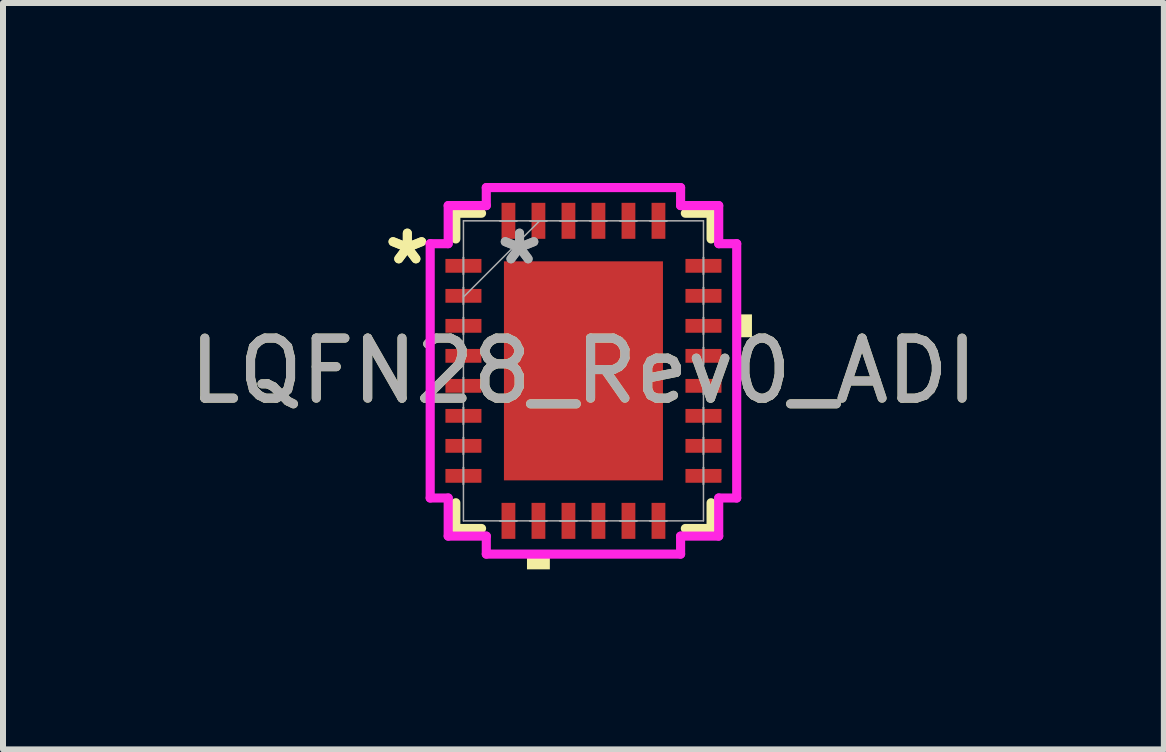
<source format=kicad_pcb>
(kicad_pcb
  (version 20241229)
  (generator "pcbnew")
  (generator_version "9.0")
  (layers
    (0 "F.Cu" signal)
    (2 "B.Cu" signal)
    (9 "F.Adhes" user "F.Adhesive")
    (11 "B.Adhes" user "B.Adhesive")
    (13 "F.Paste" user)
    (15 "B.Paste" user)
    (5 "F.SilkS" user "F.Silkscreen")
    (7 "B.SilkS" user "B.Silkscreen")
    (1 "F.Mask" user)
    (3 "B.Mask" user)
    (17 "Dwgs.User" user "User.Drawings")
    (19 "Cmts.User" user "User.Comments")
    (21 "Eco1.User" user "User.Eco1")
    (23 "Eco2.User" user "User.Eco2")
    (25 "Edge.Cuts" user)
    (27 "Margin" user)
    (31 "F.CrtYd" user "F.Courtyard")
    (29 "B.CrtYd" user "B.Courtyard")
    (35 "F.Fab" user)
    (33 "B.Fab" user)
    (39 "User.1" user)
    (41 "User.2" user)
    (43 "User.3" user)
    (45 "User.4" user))
  (footprint "LQFN28_Rev0_ADI"
    (layer "F.Cu")
    (at 6.673 3.13)
    (property "Reference" "LQFN28_Rev0_ADI" (at 0 0 0) (unlocked yes) (layer "F.SilkS") (effects (font (size 1 1) (thickness 0.15))))
    (attr smd)
    (fp_line (start -2.127 -2.627) (end -2.127 -2.198) (stroke (width 0.152) (type solid)) (layer "F.SilkS"))
    (fp_line (start -2.127 2.198) (end -2.127 2.627) (stroke (width 0.152) (type solid)) (layer "F.SilkS"))
    (fp_line (start -2.127 2.627) (end -1.698 2.627) (stroke (width 0.152) (type solid)) (layer "F.SilkS"))
    (fp_line (start -1.698 -2.627) (end -2.127 -2.627) (stroke (width 0.152) (type solid)) (layer "F.SilkS"))
    (fp_line (start 1.698 2.627) (end 2.127 2.627) (stroke (width 0.152) (type solid)) (layer "F.SilkS"))
    (fp_line (start 2.127 -2.627) (end 1.698 -2.627) (stroke (width 0.152) (type solid)) (layer "F.SilkS"))
    (fp_line (start 2.127 -2.198) (end 2.127 -2.627) (stroke (width 0.152) (type solid)) (layer "F.SilkS"))
    (fp_line (start 2.127 2.627) (end 2.127 2.198) (stroke (width 0.152) (type solid)) (layer "F.SilkS"))
    (fp_poly (pts (xy -0.941 3.054) (xy -0.941 3.308) (xy -0.56 3.308) (xy -0.56 3.054)) (stroke (width 0) (type solid)) (fill yes) (layer "F.SilkS"))
    (fp_poly (pts (xy 2.808 -0.941) (xy 2.808 -0.56) (xy 2.554 -0.56) (xy 2.554 -0.941)) (stroke (width 0) (type solid)) (fill yes) (layer "F.SilkS"))
    (fp_line (start -2.554 -2.119) (end -2.254 -2.119) (stroke (width 0.152) (type solid)) (layer "F.CrtYd"))
    (fp_line (start -2.554 2.119) (end -2.554 -2.119) (stroke (width 0.152) (type solid)) (layer "F.CrtYd"))
    (fp_line (start -2.254 -2.754) (end -1.619 -2.754) (stroke (width 0.152) (type solid)) (layer "F.CrtYd"))
    (fp_line (start -2.254 -2.119) (end -2.254 -2.754) (stroke (width 0.152) (type solid)) (layer "F.CrtYd"))
    (fp_line (start -2.254 2.119) (end -2.554 2.119) (stroke (width 0.152) (type solid)) (layer "F.CrtYd"))
    (fp_line (start -2.254 2.754) (end -2.254 2.119) (stroke (width 0.152) (type solid)) (layer "F.CrtYd"))
    (fp_line (start -1.619 -3.054) (end 1.619 -3.054) (stroke (width 0.152) (type solid)) (layer "F.CrtYd"))
    (fp_line (start -1.619 -2.754) (end -1.619 -3.054) (stroke (width 0.152) (type solid)) (layer "F.CrtYd"))
    (fp_line (start -1.619 2.754) (end -2.254 2.754) (stroke (width 0.152) (type solid)) (layer "F.CrtYd"))
    (fp_line (start -1.619 3.054) (end -1.619 2.754) (stroke (width 0.152) (type solid)) (layer "F.CrtYd"))
    (fp_line (start 1.619 -3.054) (end 1.619 -2.754) (stroke (width 0.152) (type solid)) (layer "F.CrtYd"))
    (fp_line (start 1.619 -2.754) (end 2.254 -2.754) (stroke (width 0.152) (type solid)) (layer "F.CrtYd"))
    (fp_line (start 1.619 2.754) (end 1.619 3.054) (stroke (width 0.152) (type solid)) (layer "F.CrtYd"))
    (fp_line (start 1.619 3.054) (end -1.619 3.054) (stroke (width 0.152) (type solid)) (layer "F.CrtYd"))
    (fp_line (start 2.254 -2.754) (end 2.254 -2.119) (stroke (width 0.152) (type solid)) (layer "F.CrtYd"))
    (fp_line (start 2.254 -2.119) (end 2.554 -2.119) (stroke (width 0.152) (type solid)) (layer "F.CrtYd"))
    (fp_line (start 2.254 2.119) (end 2.254 2.754) (stroke (width 0.152) (type solid)) (layer "F.CrtYd"))
    (fp_line (start 2.254 2.754) (end 1.619 2.754) (stroke (width 0.152) (type solid)) (layer "F.CrtYd"))
    (fp_line (start 2.554 -2.119) (end 2.554 2.119) (stroke (width 0.152) (type solid)) (layer "F.CrtYd"))
    (fp_line (start 2.554 2.119) (end 2.254 2.119) (stroke (width 0.152) (type solid)) (layer "F.CrtYd"))
    (fp_line (start -2 -2.5) (end -2 2.5) (stroke (width 0.025) (type solid)) (layer "F.Fab"))
    (fp_line (start -2 -1.89) (end -2 -1.89) (stroke (width 0.025) (type solid)) (layer "F.Fab"))
    (fp_line (start -2 -1.89) (end -2 -1.61) (stroke (width 0.025) (type solid)) (layer "F.Fab"))
    (fp_line (start -2 -1.61) (end -2 -1.89) (stroke (width 0.025) (type solid)) (layer "F.Fab"))
    (fp_line (start -2 -1.61) (end -2 -1.61) (stroke (width 0.025) (type solid)) (layer "F.Fab"))
    (fp_line (start -2 -1.39) (end -2 -1.39) (stroke (width 0.025) (type solid)) (layer "F.Fab"))
    (fp_line (start -2 -1.39) (end -2 -1.11) (stroke (width 0.025) (type solid)) (layer "F.Fab"))
    (fp_line (start -2 -1.23) (end -0.73 -2.5) (stroke (width 0.025) (type solid)) (layer "F.Fab"))
    (fp_line (start -2 -1.11) (end -2 -1.39) (stroke (width 0.025) (type solid)) (layer "F.Fab"))
    (fp_line (start -2 -1.11) (end -2 -1.11) (stroke (width 0.025) (type solid)) (layer "F.Fab"))
    (fp_line (start -2 -0.89) (end -2 -0.89) (stroke (width 0.025) (type solid)) (layer "F.Fab"))
    (fp_line (start -2 -0.89) (end -2 -0.61) (stroke (width 0.025) (type solid)) (layer "F.Fab"))
    (fp_line (start -2 -0.61) (end -2 -0.89) (stroke (width 0.025) (type solid)) (layer "F.Fab"))
    (fp_line (start -2 -0.61) (end -2 -0.61) (stroke (width 0.025) (type solid)) (layer "F.Fab"))
    (fp_line (start -2 -0.39) (end -2 -0.39) (stroke (width 0.025) (type solid)) (layer "F.Fab"))
    (fp_line (start -2 -0.39) (end -2 -0.11) (stroke (width 0.025) (type solid)) (layer "F.Fab"))
    (fp_line (start -2 -0.11) (end -2 -0.39) (stroke (width 0.025) (type solid)) (layer "F.Fab"))
    (fp_line (start -2 -0.11) (end -2 -0.11) (stroke (width 0.025) (type solid)) (layer "F.Fab"))
    (fp_line (start -2 0.11) (end -2 0.11) (stroke (width 0.025) (type solid)) (layer "F.Fab"))
    (fp_line (start -2 0.11) (end -2 0.39) (stroke (width 0.025) (type solid)) (layer "F.Fab"))
    (fp_line (start -2 0.39) (end -2 0.11) (stroke (width 0.025) (type solid)) (layer "F.Fab"))
    (fp_line (start -2 0.39) (end -2 0.39) (stroke (width 0.025) (type solid)) (layer "F.Fab"))
    (fp_line (start -2 0.61) (end -2 0.61) (stroke (width 0.025) (type solid)) (layer "F.Fab"))
    (fp_line (start -2 0.61) (end -2 0.89) (stroke (width 0.025) (type solid)) (layer "F.Fab"))
    (fp_line (start -2 0.89) (end -2 0.61) (stroke (width 0.025) (type solid)) (layer "F.Fab"))
    (fp_line (start -2 0.89) (end -2 0.89) (stroke (width 0.025) (type solid)) (layer "F.Fab"))
    (fp_line (start -2 1.11) (end -2 1.11) (stroke (width 0.025) (type solid)) (layer "F.Fab"))
    (fp_line (start -2 1.11) (end -2 1.39) (stroke (width 0.025) (type solid)) (layer "F.Fab"))
    (fp_line (start -2 1.39) (end -2 1.11) (stroke (width 0.025) (type solid)) (layer "F.Fab"))
    (fp_line (start -2 1.39) (end -2 1.39) (stroke (width 0.025) (type solid)) (layer "F.Fab"))
    (fp_line (start -2 1.61) (end -2 1.61) (stroke (width 0.025) (type solid)) (layer "F.Fab"))
    (fp_line (start -2 1.61) (end -2 1.89) (stroke (width 0.025) (type solid)) (layer "F.Fab"))
    (fp_line (start -2 1.89) (end -2 1.61) (stroke (width 0.025) (type solid)) (layer "F.Fab"))
    (fp_line (start -2 1.89) (end -2 1.89) (stroke (width 0.025) (type solid)) (layer "F.Fab"))
    (fp_line (start -2 2.5) (end 2 2.5) (stroke (width 0.025) (type solid)) (layer "F.Fab"))
    (fp_line (start -1.39 -2.5) (end -1.39 -2.5) (stroke (width 0.025) (type solid)) (layer "F.Fab"))
    (fp_line (start -1.39 -2.5) (end -1.11 -2.5) (stroke (width 0.025) (type solid)) (layer "F.Fab"))
    (fp_line (start -1.39 2.5) (end -1.39 2.5) (stroke (width 0.025) (type solid)) (layer "F.Fab"))
    (fp_line (start -1.39 2.5) (end -1.11 2.5) (stroke (width 0.025) (type solid)) (layer "F.Fab"))
    (fp_line (start -1.11 -2.5) (end -1.39 -2.5) (stroke (width 0.025) (type solid)) (layer "F.Fab"))
    (fp_line (start -1.11 -2.5) (end -1.11 -2.5) (stroke (width 0.025) (type solid)) (layer "F.Fab"))
    (fp_line (start -1.11 2.5) (end -1.39 2.5) (stroke (width 0.025) (type solid)) (layer "F.Fab"))
    (fp_line (start -1.11 2.5) (end -1.11 2.5) (stroke (width 0.025) (type solid)) (layer "F.Fab"))
    (fp_line (start -0.89 -2.5) (end -0.89 -2.5) (stroke (width 0.025) (type solid)) (layer "F.Fab"))
    (fp_line (start -0.89 -2.5) (end -0.61 -2.5) (stroke (width 0.025) (type solid)) (layer "F.Fab"))
    (fp_line (start -0.89 2.5) (end -0.89 2.5) (stroke (width 0.025) (type solid)) (layer "F.Fab"))
    (fp_line (start -0.89 2.5) (end -0.61 2.5) (stroke (width 0.025) (type solid)) (layer "F.Fab"))
    (fp_line (start -0.61 -2.5) (end -0.89 -2.5) (stroke (width 0.025) (type solid)) (layer "F.Fab"))
    (fp_line (start -0.61 -2.5) (end -0.61 -2.5) (stroke (width 0.025) (type solid)) (layer "F.Fab"))
    (fp_line (start -0.61 2.5) (end -0.89 2.5) (stroke (width 0.025) (type solid)) (layer "F.Fab"))
    (fp_line (start -0.61 2.5) (end -0.61 2.5) (stroke (width 0.025) (type solid)) (layer "F.Fab"))
    (fp_line (start -0.39 -2.5) (end -0.39 -2.5) (stroke (width 0.025) (type solid)) (layer "F.Fab"))
    (fp_line (start -0.39 -2.5) (end -0.11 -2.5) (stroke (width 0.025) (type solid)) (layer "F.Fab"))
    (fp_line (start -0.39 2.5) (end -0.39 2.5) (stroke (width 0.025) (type solid)) (layer "F.Fab"))
    (fp_line (start -0.39 2.5) (end -0.11 2.5) (stroke (width 0.025) (type solid)) (layer "F.Fab"))
    (fp_line (start -0.11 -2.5) (end -0.39 -2.5) (stroke (width 0.025) (type solid)) (layer "F.Fab"))
    (fp_line (start -0.11 -2.5) (end -0.11 -2.5) (stroke (width 0.025) (type solid)) (layer "F.Fab"))
    (fp_line (start -0.11 2.5) (end -0.39 2.5) (stroke (width 0.025) (type solid)) (layer "F.Fab"))
    (fp_line (start -0.11 2.5) (end -0.11 2.5) (stroke (width 0.025) (type solid)) (layer "F.Fab"))
    (fp_line (start 0.11 -2.5) (end 0.11 -2.5) (stroke (width 0.025) (type solid)) (layer "F.Fab"))
    (fp_line (start 0.11 -2.5) (end 0.39 -2.5) (stroke (width 0.025) (type solid)) (layer "F.Fab"))
    (fp_line (start 0.11 2.5) (end 0.11 2.5) (stroke (width 0.025) (type solid)) (layer "F.Fab"))
    (fp_line (start 0.11 2.5) (end 0.39 2.5) (stroke (width 0.025) (type solid)) (layer "F.Fab"))
    (fp_line (start 0.39 -2.5) (end 0.11 -2.5) (stroke (width 0.025) (type solid)) (layer "F.Fab"))
    (fp_line (start 0.39 -2.5) (end 0.39 -2.5) (stroke (width 0.025) (type solid)) (layer "F.Fab"))
    (fp_line (start 0.39 2.5) (end 0.11 2.5) (stroke (width 0.025) (type solid)) (layer "F.Fab"))
    (fp_line (start 0.39 2.5) (end 0.39 2.5) (stroke (width 0.025) (type solid)) (layer "F.Fab"))
    (fp_line (start 0.61 -2.5) (end 0.61 -2.5) (stroke (width 0.025) (type solid)) (layer "F.Fab"))
    (fp_line (start 0.61 -2.5) (end 0.89 -2.5) (stroke (width 0.025) (type solid)) (layer "F.Fab"))
    (fp_line (start 0.61 2.5) (end 0.61 2.5) (stroke (width 0.025) (type solid)) (layer "F.Fab"))
    (fp_line (start 0.61 2.5) (end 0.89 2.5) (stroke (width 0.025) (type solid)) (layer "F.Fab"))
    (fp_line (start 0.89 -2.5) (end 0.61 -2.5) (stroke (width 0.025) (type solid)) (layer "F.Fab"))
    (fp_line (start 0.89 -2.5) (end 0.89 -2.5) (stroke (width 0.025) (type solid)) (layer "F.Fab"))
    (fp_line (start 0.89 2.5) (end 0.61 2.5) (stroke (width 0.025) (type solid)) (layer "F.Fab"))
    (fp_line (start 0.89 2.5) (end 0.89 2.5) (stroke (width 0.025) (type solid)) (layer "F.Fab"))
    (fp_line (start 1.11 -2.5) (end 1.11 -2.5) (stroke (width 0.025) (type solid)) (layer "F.Fab"))
    (fp_line (start 1.11 -2.5) (end 1.39 -2.5) (stroke (width 0.025) (type solid)) (layer "F.Fab"))
    (fp_line (start 1.11 2.5) (end 1.11 2.5) (stroke (width 0.025) (type solid)) (layer "F.Fab"))
    (fp_line (start 1.11 2.5) (end 1.39 2.5) (stroke (width 0.025) (type solid)) (layer "F.Fab"))
    (fp_line (start 1.39 -2.5) (end 1.11 -2.5) (stroke (width 0.025) (type solid)) (layer "F.Fab"))
    (fp_line (start 1.39 -2.5) (end 1.39 -2.5) (stroke (width 0.025) (type solid)) (layer "F.Fab"))
    (fp_line (start 1.39 2.5) (end 1.11 2.5) (stroke (width 0.025) (type solid)) (layer "F.Fab"))
    (fp_line (start 1.39 2.5) (end 1.39 2.5) (stroke (width 0.025) (type solid)) (layer "F.Fab"))
    (fp_line (start 2 -2.5) (end -2 -2.5) (stroke (width 0.025) (type solid)) (layer "F.Fab"))
    (fp_line (start 2 -1.89) (end 2 -1.89) (stroke (width 0.025) (type solid)) (layer "F.Fab"))
    (fp_line (start 2 -1.89) (end 2 -1.61) (stroke (width 0.025) (type solid)) (layer "F.Fab"))
    (fp_line (start 2 -1.61) (end 2 -1.89) (stroke (width 0.025) (type solid)) (layer "F.Fab"))
    (fp_line (start 2 -1.61) (end 2 -1.61) (stroke (width 0.025) (type solid)) (layer "F.Fab"))
    (fp_line (start 2 -1.39) (end 2 -1.39) (stroke (width 0.025) (type solid)) (layer "F.Fab"))
    (fp_line (start 2 -1.39) (end 2 -1.11) (stroke (width 0.025) (type solid)) (layer "F.Fab"))
    (fp_line (start 2 -1.11) (end 2 -1.39) (stroke (width 0.025) (type solid)) (layer "F.Fab"))
    (fp_line (start 2 -1.11) (end 2 -1.11) (stroke (width 0.025) (type solid)) (layer "F.Fab"))
    (fp_line (start 2 -0.89) (end 2 -0.89) (stroke (width 0.025) (type solid)) (layer "F.Fab"))
    (fp_line (start 2 -0.89) (end 2 -0.61) (stroke (width 0.025) (type solid)) (layer "F.Fab"))
    (fp_line (start 2 -0.61) (end 2 -0.89) (stroke (width 0.025) (type solid)) (layer "F.Fab"))
    (fp_line (start 2 -0.61) (end 2 -0.61) (stroke (width 0.025) (type solid)) (layer "F.Fab"))
    (fp_line (start 2 -0.39) (end 2 -0.39) (stroke (width 0.025) (type solid)) (layer "F.Fab"))
    (fp_line (start 2 -0.39) (end 2 -0.11) (stroke (width 0.025) (type solid)) (layer "F.Fab"))
    (fp_line (start 2 -0.11) (end 2 -0.39) (stroke (width 0.025) (type solid)) (layer "F.Fab"))
    (fp_line (start 2 -0.11) (end 2 -0.11) (stroke (width 0.025) (type solid)) (layer "F.Fab"))
    (fp_line (start 2 0.11) (end 2 0.11) (stroke (width 0.025) (type solid)) (layer "F.Fab"))
    (fp_line (start 2 0.11) (end 2 0.39) (stroke (width 0.025) (type solid)) (layer "F.Fab"))
    (fp_line (start 2 0.39) (end 2 0.11) (stroke (width 0.025) (type solid)) (layer "F.Fab"))
    (fp_line (start 2 0.39) (end 2 0.39) (stroke (width 0.025) (type solid)) (layer "F.Fab"))
    (fp_line (start 2 0.61) (end 2 0.61) (stroke (width 0.025) (type solid)) (layer "F.Fab"))
    (fp_line (start 2 0.61) (end 2 0.89) (stroke (width 0.025) (type solid)) (layer "F.Fab"))
    (fp_line (start 2 0.89) (end 2 0.61) (stroke (width 0.025) (type solid)) (layer "F.Fab"))
    (fp_line (start 2 0.89) (end 2 0.89) (stroke (width 0.025) (type solid)) (layer "F.Fab"))
    (fp_line (start 2 1.11) (end 2 1.11) (stroke (width 0.025) (type solid)) (layer "F.Fab"))
    (fp_line (start 2 1.11) (end 2 1.39) (stroke (width 0.025) (type solid)) (layer "F.Fab"))
    (fp_line (start 2 1.39) (end 2 1.11) (stroke (width 0.025) (type solid)) (layer "F.Fab"))
    (fp_line (start 2 1.39) (end 2 1.39) (stroke (width 0.025) (type solid)) (layer "F.Fab"))
    (fp_line (start 2 1.61) (end 2 1.61) (stroke (width 0.025) (type solid)) (layer "F.Fab"))
    (fp_line (start 2 1.61) (end 2 1.89) (stroke (width 0.025) (type solid)) (layer "F.Fab"))
    (fp_line (start 2 1.89) (end 2 1.61) (stroke (width 0.025) (type solid)) (layer "F.Fab"))
    (fp_line (start 2 1.89) (end 2 1.89) (stroke (width 0.025) (type solid)) (layer "F.Fab"))
    (fp_line (start 2 2.5) (end 2 -2.5) (stroke (width 0.025) (type solid)) (layer "F.Fab"))
    (fp_text user "*" (at -2.935 -1.75 0) (layer "F.SilkS") (effects (font (size 1 1) (thickness 0.15))))
    (fp_text user "*" (at -2.935 -1.75 0) (unlocked yes) (layer "F.SilkS") (effects (font (size 1 1) (thickness 0.15))))
    (fp_text user "*" (at -1.065 -1.75 0) (unlocked yes) (layer "F.Fab") (effects (font (size 1 1) (thickness 0.15))))
    (fp_text user "*" (at -1.065 -1.75 0) (layer "F.Fab") (effects (font (size 1 1) (thickness 0.15))))
    (fp_text user "${REFERENCE}" (at 0 0 0) (unlocked yes) (layer "F.Fab") (effects (font (size 1 1) (thickness 0.15))))
    (pad "1" smd rect (at -2 -1.75 90) (size 0.23 0.6) (layers "F.Cu" "F.Mask" "F.Paste"))
    (pad "2" smd rect (at -2 -1.25 90) (size 0.23 0.6) (layers "F.Cu" "F.Mask" "F.Paste"))
    (pad "3" smd rect (at -2 -0.75 90) (size 0.23 0.6) (layers "F.Cu" "F.Mask" "F.Paste"))
    (pad "4" smd rect (at -2 -0.25 90) (size 0.23 0.6) (layers "F.Cu" "F.Mask" "F.Paste"))
    (pad "5" smd rect (at -2 0.25 90) (size 0.23 0.6) (layers "F.Cu" "F.Mask" "F.Paste"))
    (pad "6" smd rect (at -2 0.75 90) (size 0.23 0.6) (layers "F.Cu" "F.Mask" "F.Paste"))
    (pad "7" smd rect (at -2 1.25 90) (size 0.23 0.6) (layers "F.Cu" "F.Mask" "F.Paste"))
    (pad "8" smd rect (at -2 1.75 90) (size 0.23 0.6) (layers "F.Cu" "F.Mask" "F.Paste"))
    (pad "9" smd rect (at -1.25 2.5) (size 0.23 0.6) (layers "F.Cu" "F.Mask" "F.Paste"))
    (pad "10" smd rect (at -0.75 2.5) (size 0.23 0.6) (layers "F.Cu" "F.Mask" "F.Paste"))
    (pad "11" smd rect (at -0.25 2.5) (size 0.23 0.6) (layers "F.Cu" "F.Mask" "F.Paste"))
    (pad "12" smd rect (at 0.25 2.5) (size 0.23 0.6) (layers "F.Cu" "F.Mask" "F.Paste"))
    (pad "13" smd rect (at 0.75 2.5) (size 0.23 0.6) (layers "F.Cu" "F.Mask" "F.Paste"))
    (pad "14" smd rect (at 1.25 2.5) (size 0.23 0.6) (layers "F.Cu" "F.Mask" "F.Paste"))
    (pad "15" smd rect (at 2 1.75 90) (size 0.23 0.6) (layers "F.Cu" "F.Mask" "F.Paste"))
    (pad "16" smd rect (at 2 1.25 90) (size 0.23 0.6) (layers "F.Cu" "F.Mask" "F.Paste"))
    (pad "17" smd rect (at 2 0.75 90) (size 0.23 0.6) (layers "F.Cu" "F.Mask" "F.Paste"))
    (pad "18" smd rect (at 2 0.25 90) (size 0.23 0.6) (layers "F.Cu" "F.Mask" "F.Paste"))
    (pad "19" smd rect (at 2 -0.25 90) (size 0.23 0.6) (layers "F.Cu" "F.Mask" "F.Paste"))
    (pad "20" smd rect (at 2 -0.75 90) (size 0.23 0.6) (layers "F.Cu" "F.Mask" "F.Paste"))
    (pad "21" smd rect (at 2 -1.25 90) (size 0.23 0.6) (layers "F.Cu" "F.Mask" "F.Paste"))
    (pad "22" smd rect (at 2 -1.75 90) (size 0.23 0.6) (layers "F.Cu" "F.Mask" "F.Paste"))
    (pad "23" smd rect (at 1.25 -2.5) (size 0.23 0.6) (layers "F.Cu" "F.Mask" "F.Paste"))
    (pad "24" smd rect (at 0.75 -2.5) (size 0.23 0.6) (layers "F.Cu" "F.Mask" "F.Paste"))
    (pad "25" smd rect (at 0.25 -2.5) (size 0.23 0.6) (layers "F.Cu" "F.Mask" "F.Paste"))
    (pad "26" smd rect (at -0.25 -2.5) (size 0.23 0.6) (layers "F.Cu" "F.Mask" "F.Paste"))
    (pad "27" smd rect (at -0.75 -2.5) (size 0.23 0.6) (layers "F.Cu" "F.Mask" "F.Paste"))
    (pad "28" smd rect (at -1.25 -2.5) (size 0.23 0.6) (layers "F.Cu" "F.Mask" "F.Paste"))
    (pad "29" smd rect (at 0 0) (size 2.65 3.65) (layers "F.Cu" "F.Mask" "F.Paste")))
  (gr_rect
    (start -3 -3)
    (end 16.345 9.438)
    (stroke (width 0.1) (type default))
    (fill no)
    (layer "Edge.Cuts")))
</source>
